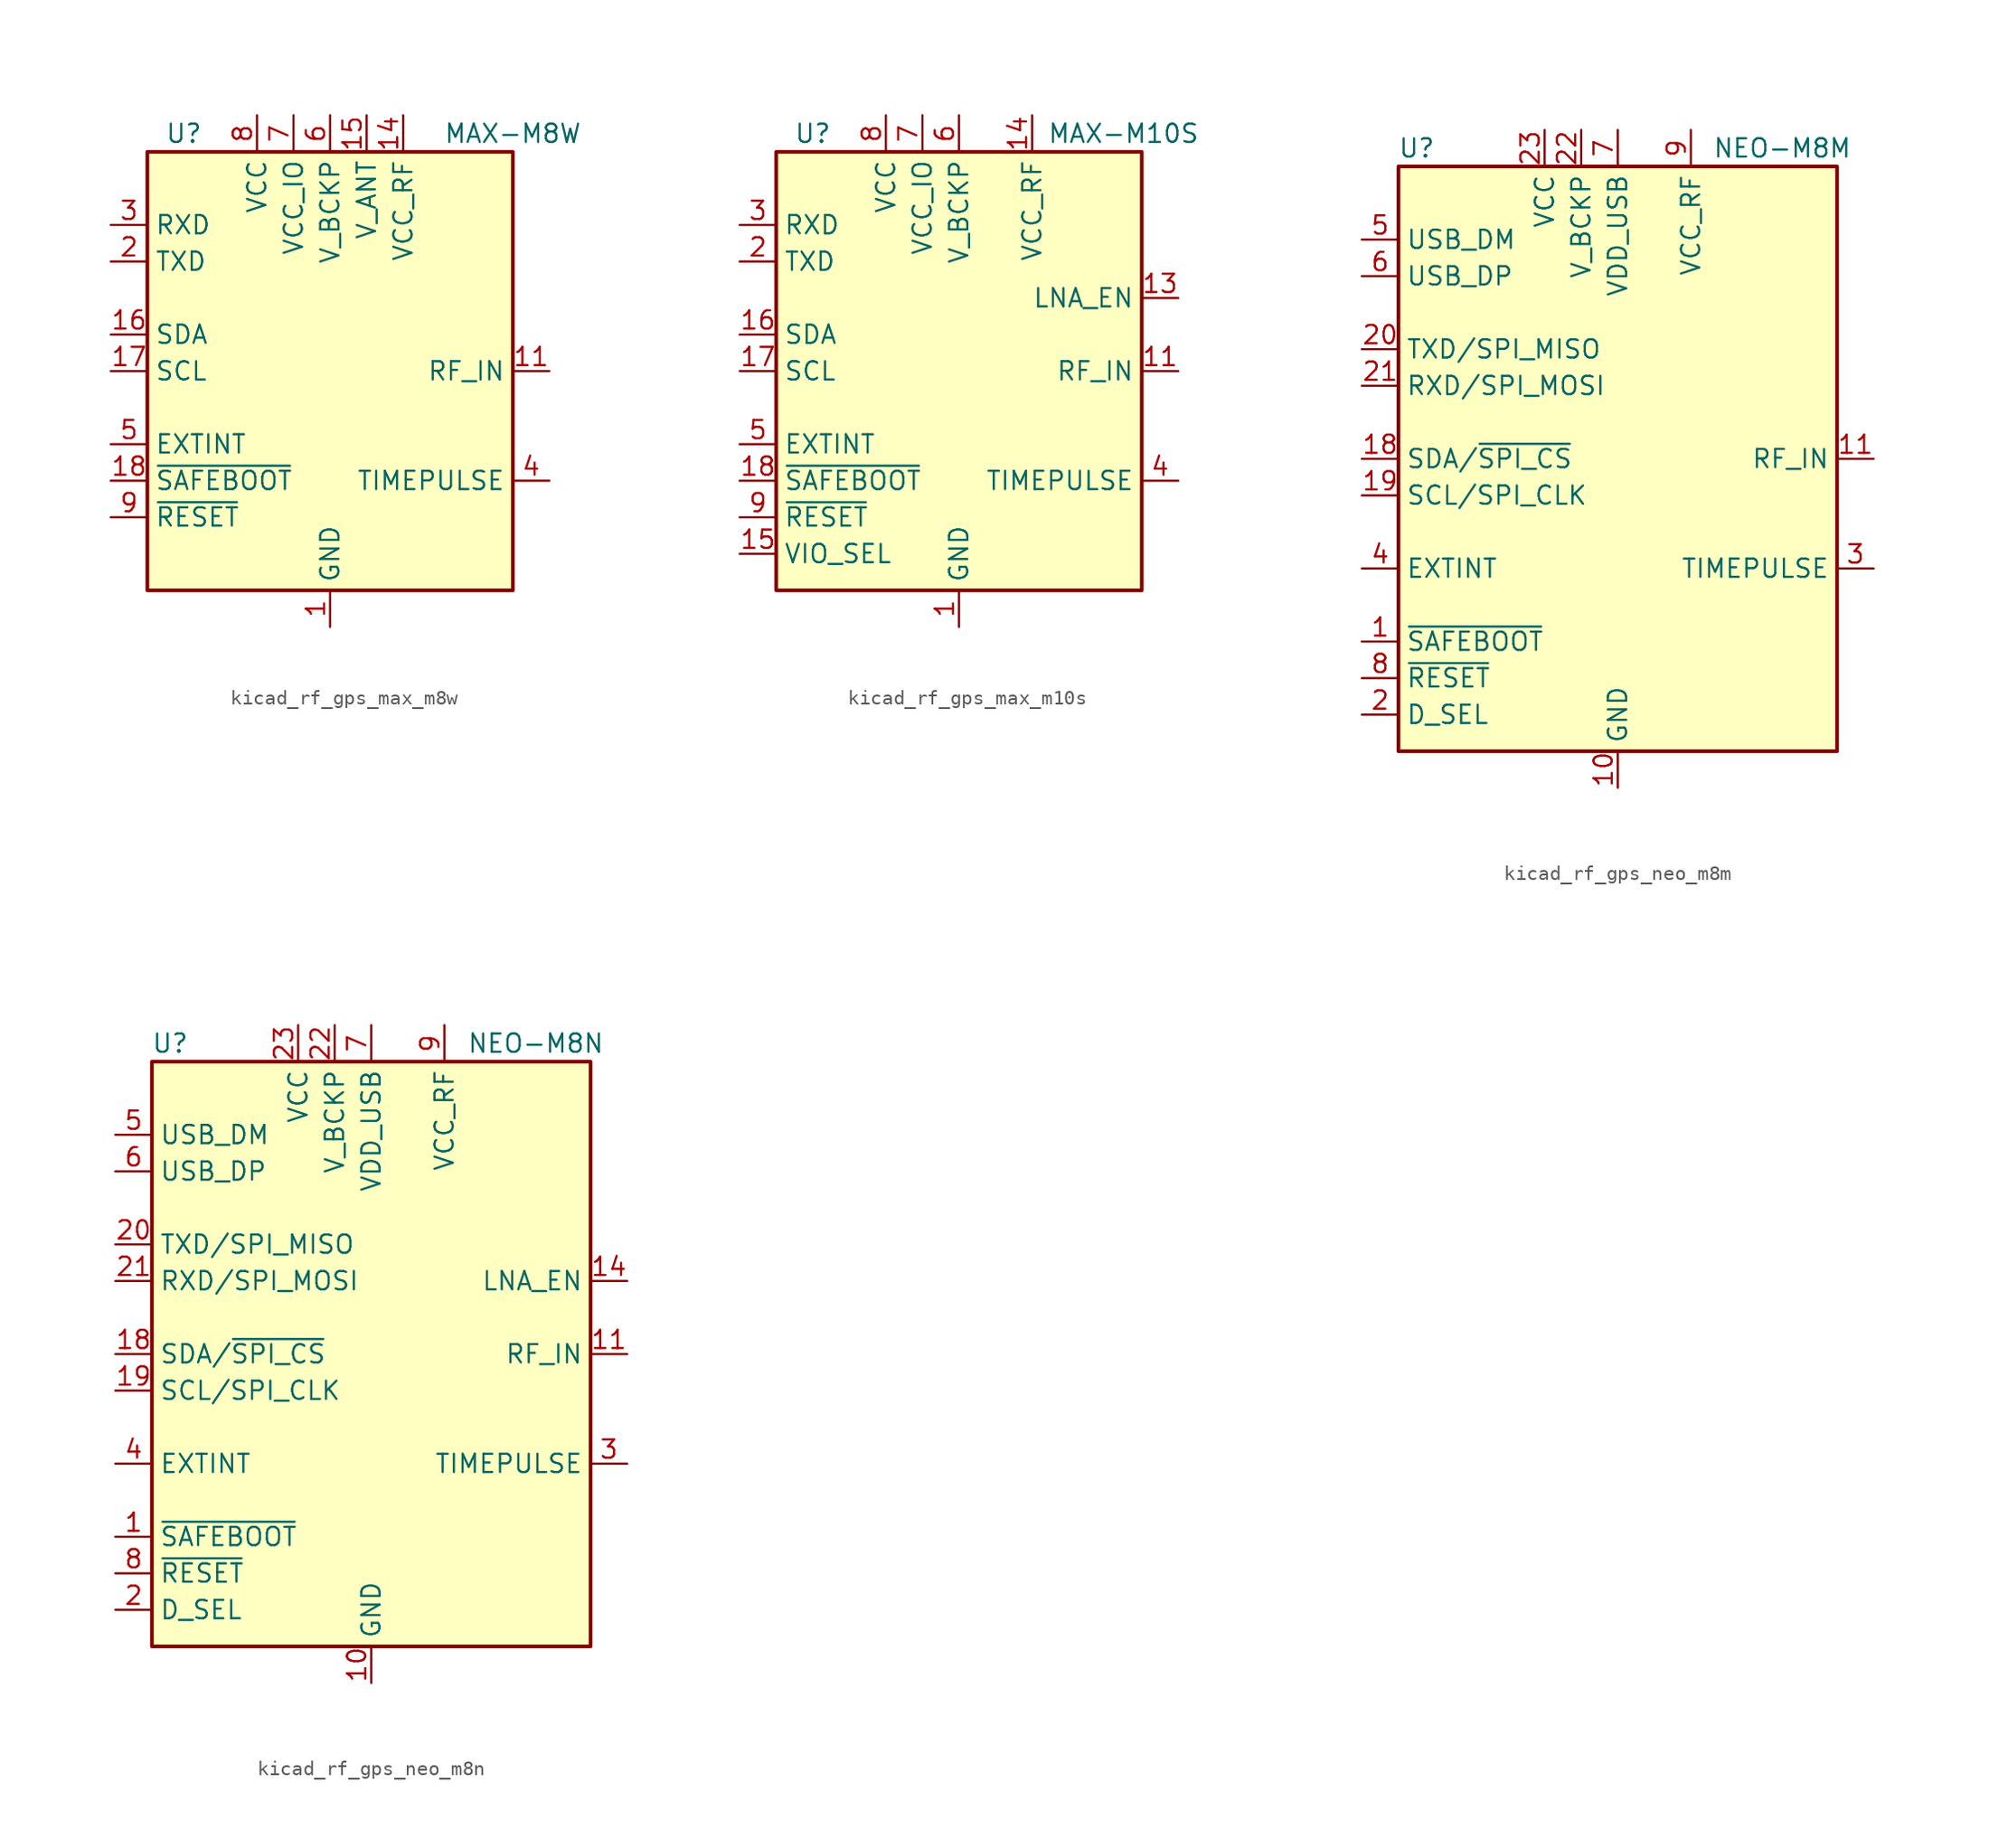
<source format=kicad_sym>
(kicad_symbol_lib
  (version 20220914)
  (generator kicad_symbol_editor)
  (symbol "kicad_rf_gps_max_m8w"
    (property "Reference" "U"
      (at -10.16 16.51 0)
      (effects (font (size 1.27 1.27))))
    (property "Value" "MAX-M8W"
      (at 12.7 16.51 0)
      (effects (font (size 1.27 1.27))))
    (symbol "kicad_rf_gps_max_m8w_0_1"
      (rectangle (start 12.7 15.24) (end -12.7 -15.24) (stroke (width 0.254) (type default)) (fill (type background))))
    (symbol "kicad_rf_gps_max_m8w_1_1"
      (pin power_in line (at 0 -17.78 90) (length 2.54) (name "GND" (effects (font (size 1.27 1.27)))) (number "1" (effects (font (size 1.27 1.27)))))
      (pin passive line (at 0 -17.78 90) (length 2.54) hide (name "GND" (effects (font (size 1.27 1.27)))) (number "10" (effects (font (size 1.27 1.27)))))
      (pin input line (at 15.24 0 180) (length 2.54) (name "RF_IN" (effects (font (size 1.27 1.27)))) (number "11" (effects (font (size 1.27 1.27)))))
      (pin passive line (at 0 -17.78 90) (length 2.54) hide (name "GND" (effects (font (size 1.27 1.27)))) (number "12" (effects (font (size 1.27 1.27)))))
      (pin no_connect line (at 12.7 -5.08 180) (length 2.54) hide (name "Reserved" (effects (font (size 1.27 1.27)))) (number "13" (effects (font (size 1.27 1.27)))))
      (pin power_out line (at 5.08 17.78 270) (length 2.54) (name "VCC_RF" (effects (font (size 1.27 1.27)))) (number "14" (effects (font (size 1.27 1.27)))))
      (pin power_in line (at 2.54 17.78 270) (length 2.54) (name "V_ANT" (effects (font (size 1.27 1.27)))) (number "15" (effects (font (size 1.27 1.27)))))
      (pin bidirectional line (at -15.24 2.54 0) (length 2.54) (name "SDA" (effects (font (size 1.27 1.27)))) (number "16" (effects (font (size 1.27 1.27)))))
      (pin input line (at -15.24 0 0) (length 2.54) (name "SCL" (effects (font (size 1.27 1.27)))) (number "17" (effects (font (size 1.27 1.27)))))
      (pin input line (at -15.24 -7.62 0) (length 2.54) (name "~{SAFEBOOT}" (effects (font (size 1.27 1.27)))) (number "18" (effects (font (size 1.27 1.27)))))
      (pin output line (at -15.24 7.62 0) (length 2.54) (name "TXD" (effects (font (size 1.27 1.27)))) (number "2" (effects (font (size 1.27 1.27)))))
      (pin input line (at -15.24 10.16 0) (length 2.54) (name "RXD" (effects (font (size 1.27 1.27)))) (number "3" (effects (font (size 1.27 1.27)))))
      (pin output line (at 15.24 -7.62 180) (length 2.54) (name "TIMEPULSE" (effects (font (size 1.27 1.27)))) (number "4" (effects (font (size 1.27 1.27)))))
      (pin input line (at -15.24 -5.08 0) (length 2.54) (name "EXTINT" (effects (font (size 1.27 1.27)))) (number "5" (effects (font (size 1.27 1.27)))))
      (pin power_in line (at 0 17.78 270) (length 2.54) (name "V_BCKP" (effects (font (size 1.27 1.27)))) (number "6" (effects (font (size 1.27 1.27)))))
      (pin power_in line (at -2.54 17.78 270) (length 2.54) (name "VCC_IO" (effects (font (size 1.27 1.27)))) (number "7" (effects (font (size 1.27 1.27)))))
      (pin power_in line (at -5.08 17.78 270) (length 2.54) (name "VCC" (effects (font (size 1.27 1.27)))) (number "8" (effects (font (size 1.27 1.27)))))
      (pin input line (at -15.24 -10.16 0) (length 2.54) (name "~{RESET}" (effects (font (size 1.27 1.27)))) (number "9" (effects (font (size 1.27 1.27)))))))
  (symbol "kicad_rf_gps_max_m10s"
    (property "Reference" "U"
      (at -10.16 16.51 0)
      (effects (font (size 1.27 1.27))))
    (property "Value" "MAX-M10S"
      (at 11.43 16.51 0)
      (effects (font (size 1.27 1.27))))
    (symbol "kicad_rf_gps_max_m10s_0_1"
      (rectangle (start 12.7 15.24) (end -12.7 -15.24) (stroke (width 0.254) (type default)) (fill (type background))))
    (symbol "kicad_rf_gps_max_m10s_1_1"
      (pin power_in line (at 0 -17.78 90) (length 2.54) (name "GND" (effects (font (size 1.27 1.27)))) (number "1" (effects (font (size 1.27 1.27)))))
      (pin passive line (at 0 -17.78 90) (length 2.54) hide (name "GND" (effects (font (size 1.27 1.27)))) (number "10" (effects (font (size 1.27 1.27)))))
      (pin input line (at 15.24 0 180) (length 2.54) (name "RF_IN" (effects (font (size 1.27 1.27)))) (number "11" (effects (font (size 1.27 1.27)))))
      (pin passive line (at 0 -17.78 90) (length 2.54) hide (name "GND" (effects (font (size 1.27 1.27)))) (number "12" (effects (font (size 1.27 1.27)))))
      (pin output line (at 15.24 5.08 180) (length 2.54) (name "LNA_EN" (effects (font (size 1.27 1.27)))) (number "13" (effects (font (size 1.27 1.27)))))
      (pin power_out line (at 5.08 17.78 270) (length 2.54) (name "VCC_RF" (effects (font (size 1.27 1.27)))) (number "14" (effects (font (size 1.27 1.27)))))
      (pin input line (at -15.24 -12.7 0) (length 2.54) (name "VIO_SEL" (effects (font (size 1.27 1.27)))) (number "15" (effects (font (size 1.27 1.27)))))
      (pin bidirectional line (at -15.24 2.54 0) (length 2.54) (name "SDA" (effects (font (size 1.27 1.27)))) (number "16" (effects (font (size 1.27 1.27)))))
      (pin input line (at -15.24 0 0) (length 2.54) (name "SCL" (effects (font (size 1.27 1.27)))) (number "17" (effects (font (size 1.27 1.27)))))
      (pin input line (at -15.24 -7.62 0) (length 2.54) (name "~{SAFEBOOT}" (effects (font (size 1.27 1.27)))) (number "18" (effects (font (size 1.27 1.27)))))
      (pin output line (at -15.24 7.62 0) (length 2.54) (name "TXD" (effects (font (size 1.27 1.27)))) (number "2" (effects (font (size 1.27 1.27)))))
      (pin input line (at -15.24 10.16 0) (length 2.54) (name "RXD" (effects (font (size 1.27 1.27)))) (number "3" (effects (font (size 1.27 1.27)))))
      (pin output line (at 15.24 -7.62 180) (length 2.54) (name "TIMEPULSE" (effects (font (size 1.27 1.27)))) (number "4" (effects (font (size 1.27 1.27)))))
      (pin input line (at -15.24 -5.08 0) (length 2.54) (name "EXTINT" (effects (font (size 1.27 1.27)))) (number "5" (effects (font (size 1.27 1.27)))))
      (pin power_in line (at 0 17.78 270) (length 2.54) (name "V_BCKP" (effects (font (size 1.27 1.27)))) (number "6" (effects (font (size 1.27 1.27)))))
      (pin power_in line (at -2.54 17.78 270) (length 2.54) (name "VCC_IO" (effects (font (size 1.27 1.27)))) (number "7" (effects (font (size 1.27 1.27)))))
      (pin power_in line (at -5.08 17.78 270) (length 2.54) (name "VCC" (effects (font (size 1.27 1.27)))) (number "8" (effects (font (size 1.27 1.27)))))
      (pin input line (at -15.24 -10.16 0) (length 2.54) (name "~{RESET}" (effects (font (size 1.27 1.27)))) (number "9" (effects (font (size 1.27 1.27)))))))
  (symbol "kicad_rf_gps_neo_m8m"
    (property "Reference" "U"
      (at -13.97 21.59 0)
      (effects (font (size 1.27 1.27))))
    (property "Value" "NEO-M8M"
      (at 11.43 21.59 0)
      (effects (font (size 1.27 1.27))))
    (symbol "kicad_rf_gps_neo_m8m_0_1"
      (rectangle (start -15.24 20.32) (end 15.24 -20.32) (stroke (width 0.254) (type default)) (fill (type background))))
    (symbol "kicad_rf_gps_neo_m8m_1_1"
      (pin input line (at -17.78 -12.7 0) (length 2.54) (name "~{SAFEBOOT}" (effects (font (size 1.27 1.27)))) (number "1" (effects (font (size 1.27 1.27)))))
      (pin power_in line (at 0 -22.86 90) (length 2.54) (name "GND" (effects (font (size 1.27 1.27)))) (number "10" (effects (font (size 1.27 1.27)))))
      (pin input line (at 17.78 0 180) (length 2.54) (name "RF_IN" (effects (font (size 1.27 1.27)))) (number "11" (effects (font (size 1.27 1.27)))))
      (pin passive line (at 0 -22.86 90) (length 2.54) hide (name "GND" (effects (font (size 1.27 1.27)))) (number "12" (effects (font (size 1.27 1.27)))))
      (pin passive line (at 0 -22.86 90) (length 2.54) hide (name "GND" (effects (font (size 1.27 1.27)))) (number "13" (effects (font (size 1.27 1.27)))))
      (pin no_connect line (at 15.24 -10.16 180) (length 2.54) hide (name "RESERVED" (effects (font (size 1.27 1.27)))) (number "14" (effects (font (size 1.27 1.27)))))
      (pin no_connect line (at 15.24 -12.7 180) (length 2.54) hide (name "RESERVED" (effects (font (size 1.27 1.27)))) (number "15" (effects (font (size 1.27 1.27)))))
      (pin no_connect line (at 15.24 -15.24 180) (length 2.54) hide (name "RESERVED" (effects (font (size 1.27 1.27)))) (number "16" (effects (font (size 1.27 1.27)))))
      (pin no_connect line (at 15.24 -17.78 180) (length 2.54) hide (name "RESERVED" (effects (font (size 1.27 1.27)))) (number "17" (effects (font (size 1.27 1.27)))))
      (pin bidirectional line (at -17.78 0 0) (length 2.54) (name "SDA/~{SPI_CS}" (effects (font (size 1.27 1.27)))) (number "18" (effects (font (size 1.27 1.27)))))
      (pin input line (at -17.78 -2.54 0) (length 2.54) (name "SCL/SPI_CLK" (effects (font (size 1.27 1.27)))) (number "19" (effects (font (size 1.27 1.27)))))
      (pin input line (at -17.78 -17.78 0) (length 2.54) (name "D_SEL" (effects (font (size 1.27 1.27)))) (number "2" (effects (font (size 1.27 1.27)))))
      (pin output line (at -17.78 7.62 0) (length 2.54) (name "TXD/SPI_MISO" (effects (font (size 1.27 1.27)))) (number "20" (effects (font (size 1.27 1.27)))))
      (pin input line (at -17.78 5.08 0) (length 2.54) (name "RXD/SPI_MOSI" (effects (font (size 1.27 1.27)))) (number "21" (effects (font (size 1.27 1.27)))))
      (pin power_in line (at -2.54 22.86 270) (length 2.54) (name "V_BCKP" (effects (font (size 1.27 1.27)))) (number "22" (effects (font (size 1.27 1.27)))))
      (pin power_in line (at -5.08 22.86 270) (length 2.54) (name "VCC" (effects (font (size 1.27 1.27)))) (number "23" (effects (font (size 1.27 1.27)))))
      (pin passive line (at 0 -22.86 90) (length 2.54) hide (name "GND" (effects (font (size 1.27 1.27)))) (number "24" (effects (font (size 1.27 1.27)))))
      (pin output line (at 17.78 -7.62 180) (length 2.54) (name "TIMEPULSE" (effects (font (size 1.27 1.27)))) (number "3" (effects (font (size 1.27 1.27)))))
      (pin input line (at -17.78 -7.62 0) (length 2.54) (name "EXTINT" (effects (font (size 1.27 1.27)))) (number "4" (effects (font (size 1.27 1.27)))))
      (pin bidirectional line (at -17.78 15.24 0) (length 2.54) (name "USB_DM" (effects (font (size 1.27 1.27)))) (number "5" (effects (font (size 1.27 1.27)))))
      (pin bidirectional line (at -17.78 12.7 0) (length 2.54) (name "USB_DP" (effects (font (size 1.27 1.27)))) (number "6" (effects (font (size 1.27 1.27)))))
      (pin power_in line (at 0 22.86 270) (length 2.54) (name "VDD_USB" (effects (font (size 1.27 1.27)))) (number "7" (effects (font (size 1.27 1.27)))))
      (pin input line (at -17.78 -15.24 0) (length 2.54) (name "~{RESET}" (effects (font (size 1.27 1.27)))) (number "8" (effects (font (size 1.27 1.27)))))
      (pin power_out line (at 5.08 22.86 270) (length 2.54) (name "VCC_RF" (effects (font (size 1.27 1.27)))) (number "9" (effects (font (size 1.27 1.27)))))))
  (symbol "kicad_rf_gps_neo_m8n"
    (property "Reference" "U"
      (at -13.97 21.59 0)
      (effects (font (size 1.27 1.27))))
    (property "Value" "NEO-M8N"
      (at 11.43 21.59 0)
      (effects (font (size 1.27 1.27))))
    (symbol "kicad_rf_gps_neo_m8n_0_1"
      (rectangle (start -15.24 20.32) (end 15.24 -20.32) (stroke (width 0.254) (type default)) (fill (type background))))
    (symbol "kicad_rf_gps_neo_m8n_1_1"
      (pin input line (at -17.78 -12.7 0) (length 2.54) (name "~{SAFEBOOT}" (effects (font (size 1.27 1.27)))) (number "1" (effects (font (size 1.27 1.27)))))
      (pin power_in line (at 0 -22.86 90) (length 2.54) (name "GND" (effects (font (size 1.27 1.27)))) (number "10" (effects (font (size 1.27 1.27)))))
      (pin input line (at 17.78 0 180) (length 2.54) (name "RF_IN" (effects (font (size 1.27 1.27)))) (number "11" (effects (font (size 1.27 1.27)))))
      (pin passive line (at 0 -22.86 90) (length 2.54) hide (name "GND" (effects (font (size 1.27 1.27)))) (number "12" (effects (font (size 1.27 1.27)))))
      (pin passive line (at 0 -22.86 90) (length 2.54) hide (name "GND" (effects (font (size 1.27 1.27)))) (number "13" (effects (font (size 1.27 1.27)))))
      (pin output line (at 17.78 5.08 180) (length 2.54) (name "LNA_EN" (effects (font (size 1.27 1.27)))) (number "14" (effects (font (size 1.27 1.27)))))
      (pin no_connect line (at 15.24 -10.16 180) (length 2.54) hide (name "RESERVED" (effects (font (size 1.27 1.27)))) (number "15" (effects (font (size 1.27 1.27)))))
      (pin no_connect line (at 15.24 -12.7 180) (length 2.54) hide (name "RESERVED" (effects (font (size 1.27 1.27)))) (number "16" (effects (font (size 1.27 1.27)))))
      (pin no_connect line (at 15.24 -15.24 180) (length 2.54) hide (name "RESERVED" (effects (font (size 1.27 1.27)))) (number "17" (effects (font (size 1.27 1.27)))))
      (pin bidirectional line (at -17.78 0 0) (length 2.54) (name "SDA/~{SPI_CS}" (effects (font (size 1.27 1.27)))) (number "18" (effects (font (size 1.27 1.27)))))
      (pin input line (at -17.78 -2.54 0) (length 2.54) (name "SCL/SPI_CLK" (effects (font (size 1.27 1.27)))) (number "19" (effects (font (size 1.27 1.27)))))
      (pin input line (at -17.78 -17.78 0) (length 2.54) (name "D_SEL" (effects (font (size 1.27 1.27)))) (number "2" (effects (font (size 1.27 1.27)))))
      (pin output line (at -17.78 7.62 0) (length 2.54) (name "TXD/SPI_MISO" (effects (font (size 1.27 1.27)))) (number "20" (effects (font (size 1.27 1.27)))))
      (pin input line (at -17.78 5.08 0) (length 2.54) (name "RXD/SPI_MOSI" (effects (font (size 1.27 1.27)))) (number "21" (effects (font (size 1.27 1.27)))))
      (pin power_in line (at -2.54 22.86 270) (length 2.54) (name "V_BCKP" (effects (font (size 1.27 1.27)))) (number "22" (effects (font (size 1.27 1.27)))))
      (pin power_in line (at -5.08 22.86 270) (length 2.54) (name "VCC" (effects (font (size 1.27 1.27)))) (number "23" (effects (font (size 1.27 1.27)))))
      (pin passive line (at 0 -22.86 90) (length 2.54) hide (name "GND" (effects (font (size 1.27 1.27)))) (number "24" (effects (font (size 1.27 1.27)))))
      (pin output line (at 17.78 -7.62 180) (length 2.54) (name "TIMEPULSE" (effects (font (size 1.27 1.27)))) (number "3" (effects (font (size 1.27 1.27)))))
      (pin input line (at -17.78 -7.62 0) (length 2.54) (name "EXTINT" (effects (font (size 1.27 1.27)))) (number "4" (effects (font (size 1.27 1.27)))))
      (pin bidirectional line (at -17.78 15.24 0) (length 2.54) (name "USB_DM" (effects (font (size 1.27 1.27)))) (number "5" (effects (font (size 1.27 1.27)))))
      (pin bidirectional line (at -17.78 12.7 0) (length 2.54) (name "USB_DP" (effects (font (size 1.27 1.27)))) (number "6" (effects (font (size 1.27 1.27)))))
      (pin power_in line (at 0 22.86 270) (length 2.54) (name "VDD_USB" (effects (font (size 1.27 1.27)))) (number "7" (effects (font (size 1.27 1.27)))))
      (pin input line (at -17.78 -15.24 0) (length 2.54) (name "~{RESET}" (effects (font (size 1.27 1.27)))) (number "8" (effects (font (size 1.27 1.27)))))
      (pin power_out line (at 5.08 22.86 270) (length 2.54) (name "VCC_RF" (effects (font (size 1.27 1.27)))) (number "9" (effects (font (size 1.27 1.27))))))))
</source>
